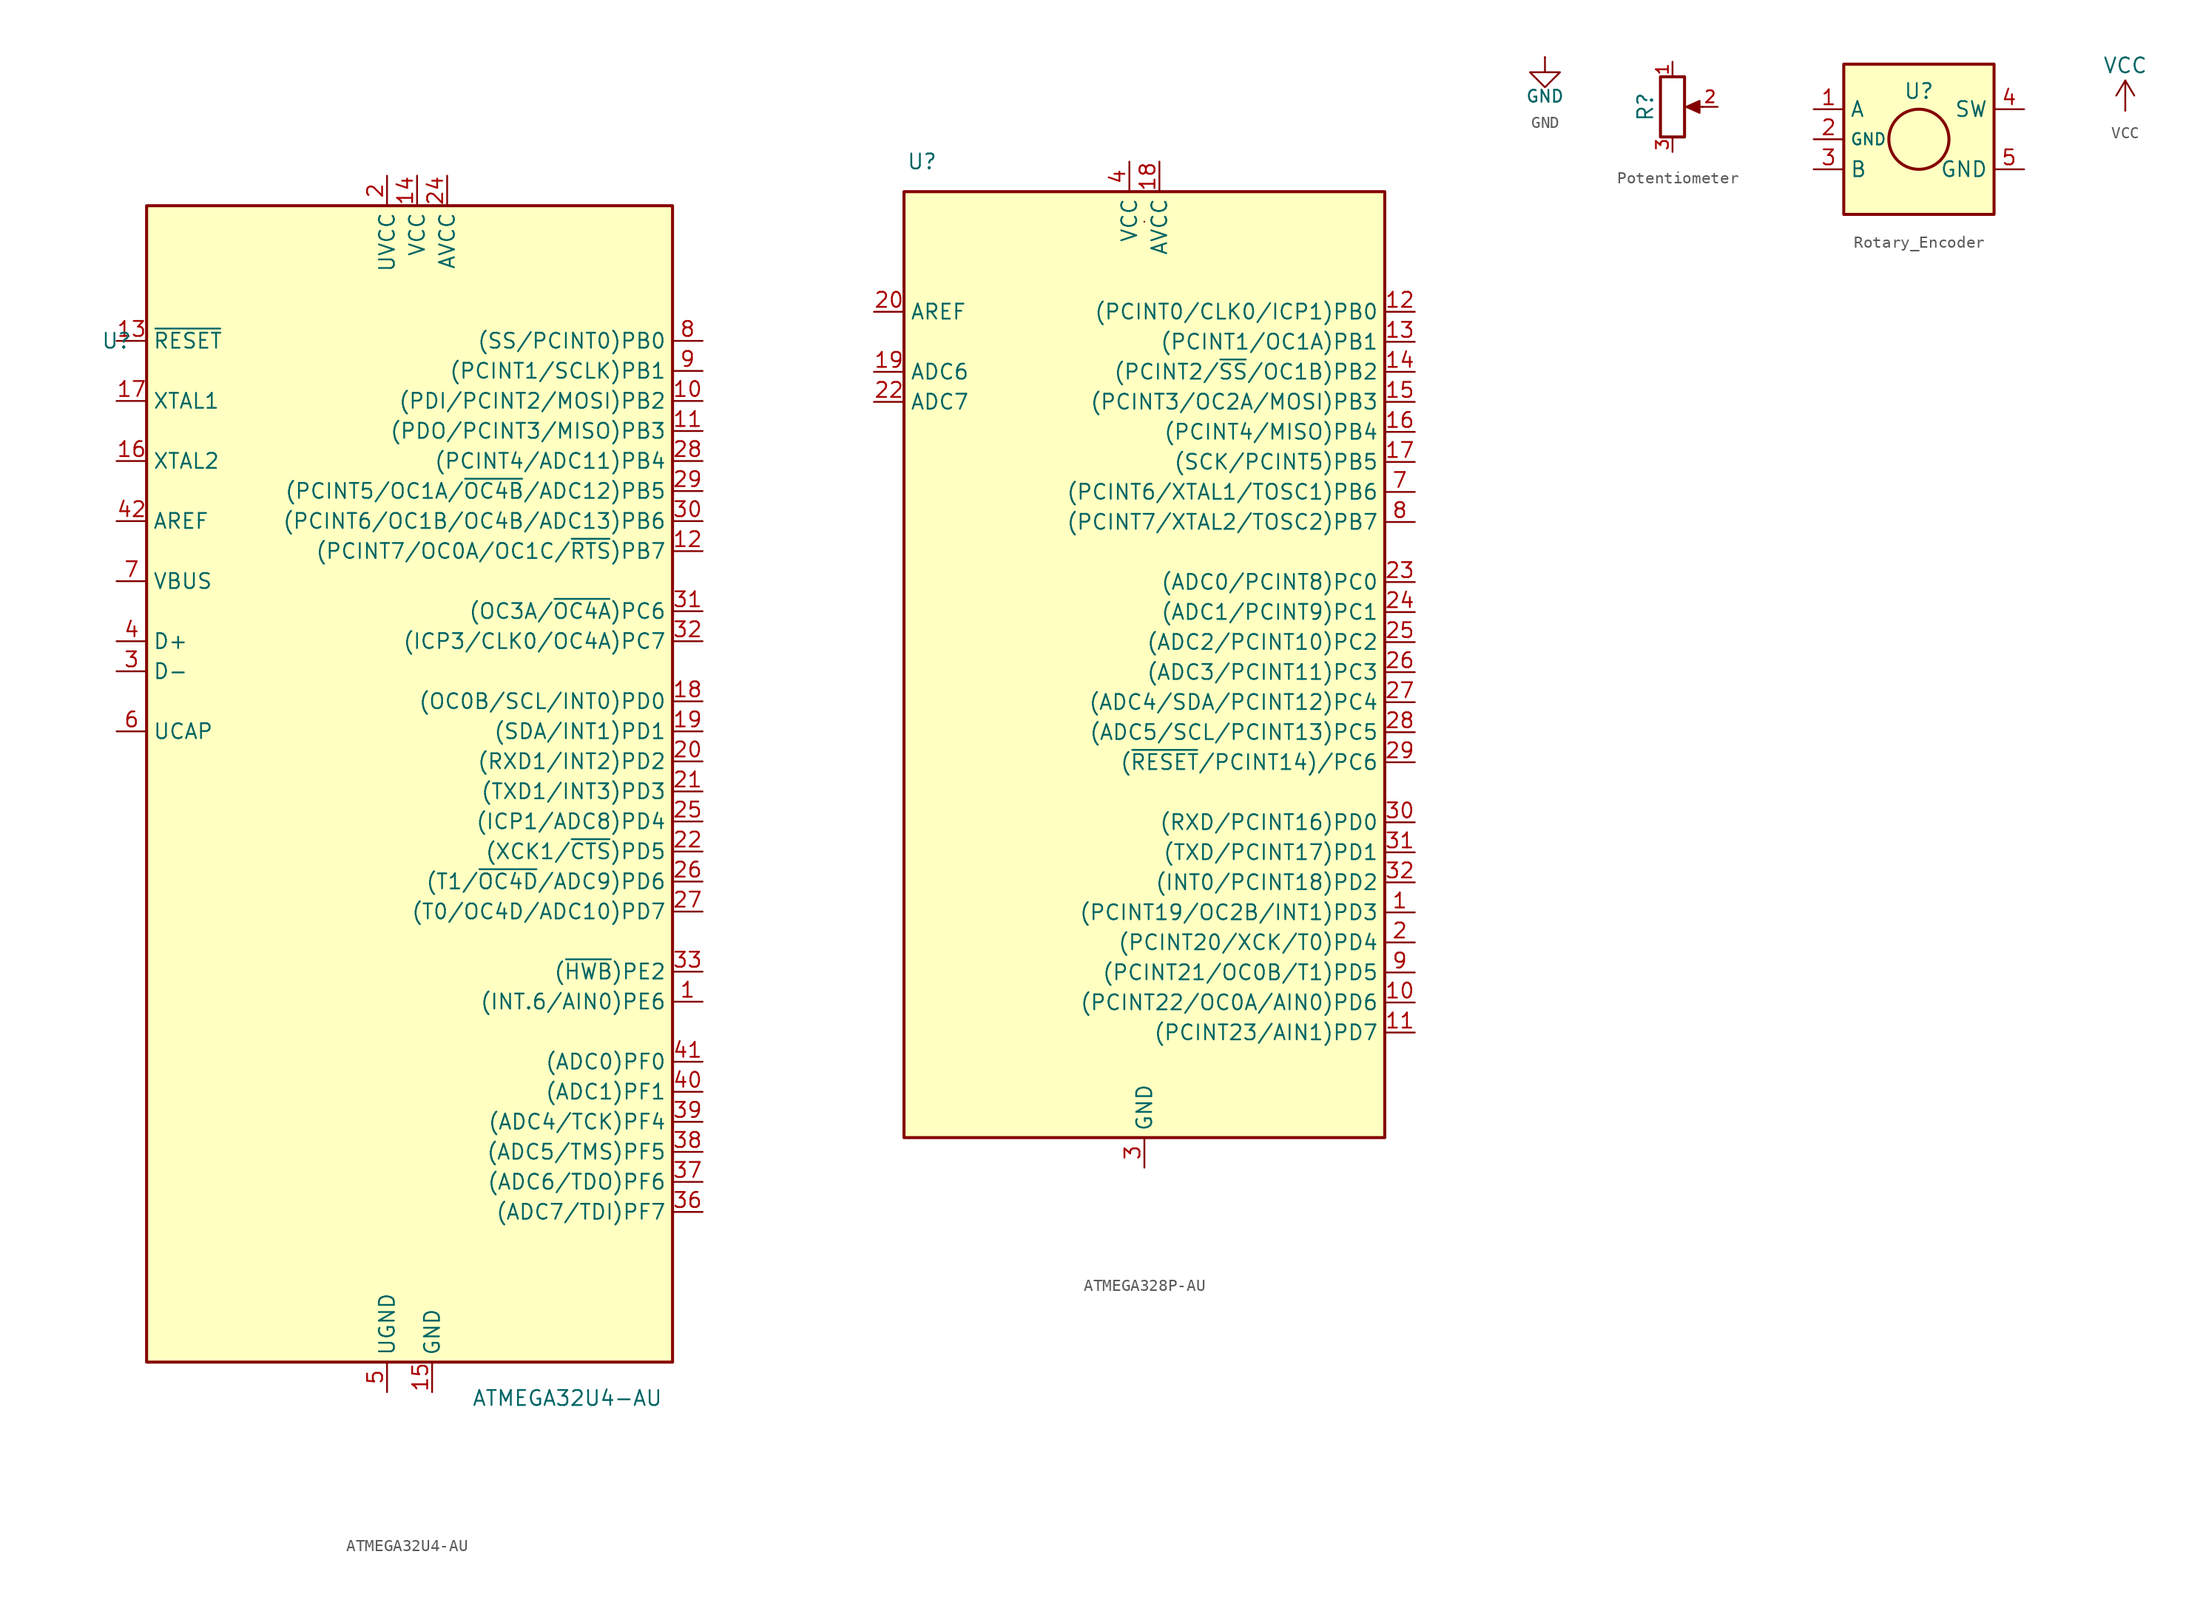
<source format=kicad_sym>
(kicad_symbol_lib
  (version 20241209)
  (generator "kicad_symbol_editor")
  (generator_version "9.0")
  (symbol "ATMEGA32U4-AU"
    (property "Reference" "U"
      (at -25.4 35.56 0)
      (effects (font (size 1.27 1.27))))
    (property "Value" "ATMEGA32U4-AU"
      (at 12.7 -53.848 0)
      (effects (font (size 1.27 1.27))))
    (symbol "ATMEGA32U4-AU_1_1"
      (rectangle (start -22.86 46.99) (end 21.59 -50.8) (stroke (width 0.254) (type solid)) (fill (type color) (color 255 255 194 1)))
      (pin input line (at -25.4 35.56 0) (length 2.54) (name "~{RESET}" (effects (font (size 1.27 1.27)))) (number "13" (effects (font (size 1.27 1.27)))))
      (pin input line (at -25.4 30.48 0) (length 2.54) (name "XTAL1" (effects (font (size 1.27 1.27)))) (number "17" (effects (font (size 1.27 1.27)))))
      (pin output line (at -25.4 25.4 0) (length 2.54) (name "XTAL2" (effects (font (size 1.27 1.27)))) (number "16" (effects (font (size 1.27 1.27)))))
      (pin passive line (at -25.4 20.32 0) (length 2.54) (name "AREF" (effects (font (size 1.27 1.27)))) (number "42" (effects (font (size 1.27 1.27)))))
      (pin input line (at -25.4 15.24 0) (length 2.54) (name "VBUS" (effects (font (size 1.27 1.27)))) (number "7" (effects (font (size 1.27 1.27)))))
      (pin bidirectional line (at -25.4 10.16 0) (length 2.54) (name "D+" (effects (font (size 1.27 1.27)))) (number "4" (effects (font (size 1.27 1.27)))))
      (pin bidirectional line (at -25.4 7.62 0) (length 2.54) (name "D-" (effects (font (size 1.27 1.27)))) (number "3" (effects (font (size 1.27 1.27)))))
      (pin passive line (at -25.4 2.54 0) (length 2.54) (name "UCAP" (effects (font (size 1.27 1.27)))) (number "6" (effects (font (size 1.27 1.27)))))
      (pin power_in line (at -2.54 49.53 270) (length 2.54) (name "UVCC" (effects (font (size 1.27 1.27)))) (number "2" (effects (font (size 1.27 1.27)))))
      (pin passive line (at -2.54 -53.34 90) (length 2.54) (name "UGND" (effects (font (size 1.27 1.27)))) (number "5" (effects (font (size 1.27 1.27)))))
      (pin power_in line (at 0 49.53 270) (length 2.54) (name "VCC" (effects (font (size 1.27 1.27)))) (number "14" (effects (font (size 1.27 1.27)))))
      (pin passive line (at 0 49.53 270) (length 2.54) (hide yes) (name "VCC" (effects (font (size 1.27 1.27)))) (number "34" (effects (font (size 1.27 1.27)))))
      (pin power_in line (at 1.27 -53.34 90) (length 2.54) (name "GND" (effects (font (size 1.27 1.27)))) (number "15" (effects (font (size 1.27 1.27)))))
      (pin power_in line (at 2.54 49.53 270) (length 2.54) (name "AVCC" (effects (font (size 1.27 1.27)))) (number "24" (effects (font (size 1.27 1.27)))))
      (pin passive line (at 2.54 49.53 270) (length 2.54) (hide yes) (name "AVCC" (effects (font (size 1.27 1.27)))) (number "44" (effects (font (size 1.27 1.27)))))
      (pin bidirectional line (at 24.13 35.56 180) (length 2.54) (name "(SS/PCINT0)PB0" (effects (font (size 1.27 1.27)))) (number "8" (effects (font (size 1.27 1.27)))))
      (pin bidirectional line (at 24.13 33.02 180) (length 2.54) (name "(PCINT1/SCLK)PB1" (effects (font (size 1.27 1.27)))) (number "9" (effects (font (size 1.27 1.27)))))
      (pin bidirectional line (at 24.13 30.48 180) (length 2.54) (name "(PDI/PCINT2/MOSI)PB2" (effects (font (size 1.27 1.27)))) (number "10" (effects (font (size 1.27 1.27)))))
      (pin bidirectional line (at 24.13 27.94 180) (length 2.54) (name "(PDO/PCINT3/MISO)PB3" (effects (font (size 1.27 1.27)))) (number "11" (effects (font (size 1.27 1.27)))))
      (pin bidirectional line (at 24.13 25.4 180) (length 2.54) (name "(PCINT4/ADC11)PB4" (effects (font (size 1.27 1.27)))) (number "28" (effects (font (size 1.27 1.27)))))
      (pin bidirectional line (at 24.13 22.86 180) (length 2.54) (name "(PCINT5/OC1A/~{OC4B}/ADC12)PB5" (effects (font (size 1.27 1.27)))) (number "29" (effects (font (size 1.27 1.27)))))
      (pin bidirectional line (at 24.13 20.32 180) (length 2.54) (name "(PCINT6/OC1B/OC4B/ADC13)PB6" (effects (font (size 1.27 1.27)))) (number "30" (effects (font (size 1.27 1.27)))))
      (pin bidirectional line (at 24.13 17.78 180) (length 2.54) (name "(PCINT7/OC0A/OC1C/~{RTS})PB7" (effects (font (size 1.27 1.27)))) (number "12" (effects (font (size 1.27 1.27)))))
      (pin bidirectional line (at 24.13 12.7 180) (length 2.54) (name "(OC3A/~{OC4A})PC6" (effects (font (size 1.27 1.27)))) (number "31" (effects (font (size 1.27 1.27)))))
      (pin bidirectional line (at 24.13 10.16 180) (length 2.54) (name "(ICP3/CLK0/OC4A)PC7" (effects (font (size 1.27 1.27)))) (number "32" (effects (font (size 1.27 1.27)))))
      (pin bidirectional line (at 24.13 5.08 180) (length 2.54) (name "(OC0B/SCL/INT0)PD0" (effects (font (size 1.27 1.27)))) (number "18" (effects (font (size 1.27 1.27)))))
      (pin bidirectional line (at 24.13 2.54 180) (length 2.54) (name "(SDA/INT1)PD1" (effects (font (size 1.27 1.27)))) (number "19" (effects (font (size 1.27 1.27)))))
      (pin bidirectional line (at 24.13 0 180) (length 2.54) (name "(RXD1/INT2)PD2" (effects (font (size 1.27 1.27)))) (number "20" (effects (font (size 1.27 1.27)))))
      (pin bidirectional line (at 24.13 -2.54 180) (length 2.54) (name "(TXD1/INT3)PD3" (effects (font (size 1.27 1.27)))) (number "21" (effects (font (size 1.27 1.27)))))
      (pin bidirectional line (at 24.13 -5.08 180) (length 2.54) (name "(ICP1/ADC8)PD4" (effects (font (size 1.27 1.27)))) (number "25" (effects (font (size 1.27 1.27)))))
      (pin bidirectional line (at 24.13 -7.62 180) (length 2.54) (name "(XCK1/~{CTS})PD5" (effects (font (size 1.27 1.27)))) (number "22" (effects (font (size 1.27 1.27)))))
      (pin bidirectional line (at 24.13 -10.16 180) (length 2.54) (name "(T1/~{OC4D}/ADC9)PD6" (effects (font (size 1.27 1.27)))) (number "26" (effects (font (size 1.27 1.27)))))
      (pin bidirectional line (at 24.13 -12.7 180) (length 2.54) (name "(T0/OC4D/ADC10)PD7" (effects (font (size 1.27 1.27)))) (number "27" (effects (font (size 1.27 1.27)))))
      (pin bidirectional line (at 24.13 -17.78 180) (length 2.54) (name "(~{HWB})PE2" (effects (font (size 1.27 1.27)))) (number "33" (effects (font (size 1.27 1.27)))))
      (pin bidirectional line (at 24.13 -20.32 180) (length 2.54) (name "(INT.6/AIN0)PE6" (effects (font (size 1.27 1.27)))) (number "1" (effects (font (size 1.27 1.27)))))
      (pin bidirectional line (at 24.13 -25.4 180) (length 2.54) (name "(ADC0)PF0" (effects (font (size 1.27 1.27)))) (number "41" (effects (font (size 1.27 1.27)))))
      (pin bidirectional line (at 24.13 -27.94 180) (length 2.54) (name "(ADC1)PF1" (effects (font (size 1.27 1.27)))) (number "40" (effects (font (size 1.27 1.27)))))
      (pin bidirectional line (at 24.13 -30.48 180) (length 2.54) (name "(ADC4/TCK)PF4" (effects (font (size 1.27 1.27)))) (number "39" (effects (font (size 1.27 1.27)))))
      (pin bidirectional line (at 24.13 -33.02 180) (length 2.54) (name "(ADC5/TMS)PF5" (effects (font (size 1.27 1.27)))) (number "38" (effects (font (size 1.27 1.27)))))
      (pin bidirectional line (at 24.13 -35.56 180) (length 2.54) (name "(ADC6/TDO)PF6" (effects (font (size 1.27 1.27)))) (number "37" (effects (font (size 1.27 1.27)))))
      (pin bidirectional line (at 24.13 -38.1 180) (length 2.54) (name "(ADC7/TDI)PF7" (effects (font (size 1.27 1.27)))) (number "36" (effects (font (size 1.27 1.27)))))))
  (symbol "ATMEGA328P-AU"
    (property "Reference" "U"
      (at -21.336 43.18 0)
      (effects (font (size 1.27 1.27))))
    (property "Value" ""
      (at 0 0 0)
      (effects (font (size 1.27 1.27))))
    (symbol "ATMEGA328P-AU_0_1"
      (polyline (pts (xy -2.54 38.1) (xy -2.54 38.1)) (stroke (width 0) (type default)) (fill (type none))))
    (symbol "ATMEGA328P-AU_1_1"
      (rectangle (start -22.86 40.64) (end 17.78 -39.37) (stroke (width 0.254) (type solid)) (fill (type color) (color 255 255 194 1)))
      (pin passive line (at -25.4 30.48 0) (length 2.54) (name "AREF" (effects (font (size 1.27 1.27)))) (number "20" (effects (font (size 1.27 1.27)))))
      (pin input line (at -25.4 25.4 0) (length 2.54) (name "ADC6" (effects (font (size 1.27 1.27)))) (number "19" (effects (font (size 1.27 1.27)))))
      (pin input line (at -25.4 22.86 0) (length 2.54) (name "ADC7" (effects (font (size 1.27 1.27)))) (number "22" (effects (font (size 1.27 1.27)))))
      (pin power_in line (at -3.81 43.18 270) (length 2.54) (name "VCC" (effects (font (size 1.27 1.27)))) (number "4" (effects (font (size 1.27 1.27)))))
      (pin power_in line (at -2.54 -41.91 90) (length 2.54) (name "GND" (effects (font (size 1.27 1.27)))) (number "3" (effects (font (size 1.27 1.27)))))
      (pin power_in line (at -1.27 43.18 270) (length 2.54) (name "AVCC" (effects (font (size 1.27 1.27)))) (number "18" (effects (font (size 1.27 1.27)))))
      (pin bidirectional line (at 20.32 30.48 180) (length 2.54) (name "(PCINT0/CLK0/ICP1)PB0" (effects (font (size 1.27 1.27)))) (number "12" (effects (font (size 1.27 1.27)))))
      (pin bidirectional line (at 20.32 27.94 180) (length 2.54) (name "(PCINT1/OC1A)PB1" (effects (font (size 1.27 1.27)))) (number "13" (effects (font (size 1.27 1.27)))))
      (pin bidirectional line (at 20.32 25.4 180) (length 2.54) (name "(PCINT2/~{SS}/OC1B)PB2" (effects (font (size 1.27 1.27)))) (number "14" (effects (font (size 1.27 1.27)))))
      (pin bidirectional line (at 20.32 22.86 180) (length 2.54) (name "(PCINT3/OC2A/MOSI)PB3" (effects (font (size 1.27 1.27)))) (number "15" (effects (font (size 1.27 1.27)))))
      (pin bidirectional line (at 20.32 20.32 180) (length 2.54) (name "(PCINT4/MISO)PB4" (effects (font (size 1.27 1.27)))) (number "16" (effects (font (size 1.27 1.27)))))
      (pin bidirectional line (at 20.32 17.78 180) (length 2.54) (name "(SCK/PCINT5)PB5" (effects (font (size 1.27 1.27)))) (number "17" (effects (font (size 1.27 1.27)))))
      (pin bidirectional line (at 20.32 15.24 180) (length 2.54) (name "(PCINT6/XTAL1/TOSC1)PB6" (effects (font (size 1.27 1.27)))) (number "7" (effects (font (size 1.27 1.27)))))
      (pin bidirectional line (at 20.32 12.7 180) (length 2.54) (name "(PCINT7/XTAL2/TOSC2)PB7" (effects (font (size 1.27 1.27)))) (number "8" (effects (font (size 1.27 1.27)))))
      (pin bidirectional line (at 20.32 7.62 180) (length 2.54) (name "(ADC0/PCINT8)PC0" (effects (font (size 1.27 1.27)))) (number "23" (effects (font (size 1.27 1.27)))))
      (pin bidirectional line (at 20.32 5.08 180) (length 2.54) (name "(ADC1/PCINT9)PC1" (effects (font (size 1.27 1.27)))) (number "24" (effects (font (size 1.27 1.27)))))
      (pin bidirectional line (at 20.32 2.54 180) (length 2.54) (name "(ADC2/PCINT10)PC2" (effects (font (size 1.27 1.27)))) (number "25" (effects (font (size 1.27 1.27)))))
      (pin bidirectional line (at 20.32 0 180) (length 2.54) (name "(ADC3/PCINT11)PC3" (effects (font (size 1.27 1.27)))) (number "26" (effects (font (size 1.27 1.27)))))
      (pin bidirectional line (at 20.32 -2.54 180) (length 2.54) (name "(ADC4/SDA/PCINT12)PC4" (effects (font (size 1.27 1.27)))) (number "27" (effects (font (size 1.27 1.27)))))
      (pin bidirectional line (at 20.32 -5.08 180) (length 2.54) (name "(ADC5/SCL/PCINT13)PC5" (effects (font (size 1.27 1.27)))) (number "28" (effects (font (size 1.27 1.27)))))
      (pin bidirectional line (at 20.32 -7.62 180) (length 2.54) (name "(~{RESET}/PCINT14)/PC6" (effects (font (size 1.27 1.27)))) (number "29" (effects (font (size 1.27 1.27)))))
      (pin bidirectional line (at 20.32 -12.7 180) (length 2.54) (name "(RXD/PCINT16)PD0" (effects (font (size 1.27 1.27)))) (number "30" (effects (font (size 1.27 1.27)))))
      (pin bidirectional line (at 20.32 -15.24 180) (length 2.54) (name "(TXD/PCINT17)PD1" (effects (font (size 1.27 1.27)))) (number "31" (effects (font (size 1.27 1.27)))))
      (pin bidirectional line (at 20.32 -17.78 180) (length 2.54) (name "(INT0/PCINT18)PD2" (effects (font (size 1.27 1.27)))) (number "32" (effects (font (size 1.27 1.27)))))
      (pin bidirectional line (at 20.32 -20.32 180) (length 2.54) (name "(PCINT19/OC2B/INT1)PD3" (effects (font (size 1.27 1.27)))) (number "1" (effects (font (size 1.27 1.27)))))
      (pin bidirectional line (at 20.32 -22.86 180) (length 2.54) (name "(PCINT20/XCK/T0)PD4" (effects (font (size 1.27 1.27)))) (number "2" (effects (font (size 1.27 1.27)))))
      (pin bidirectional line (at 20.32 -25.4 180) (length 2.54) (name "(PCINT21/OC0B/T1)PD5" (effects (font (size 1.27 1.27)))) (number "9" (effects (font (size 1.27 1.27)))))
      (pin bidirectional line (at 20.32 -27.94 180) (length 2.54) (name "(PCINT22/OC0A/AIN0)PD6" (effects (font (size 1.27 1.27)))) (number "10" (effects (font (size 1.27 1.27)))))
      (pin bidirectional line (at 20.32 -30.48 180) (length 2.54) (name "(PCINT23/AIN1)PD7" (effects (font (size 1.27 1.27)))) (number "11" (effects (font (size 1.27 1.27)))))))
  (symbol "GND"
    (power)
    (pin_numbers
      (hide yes))
    (pin_names
      (hide yes))
    (property "Reference" "#PWR"
      (at 0 0 0)
      (effects (font (size 1.27 1.27)) (hide yes)))
    (property "Value" "GND"
      (at 0 -3.302 0)
      (effects (font (size 1.016 1.016))))
    (symbol "GND_0_1"
      (polyline (pts (xy 0 0) (xy 0 -1.27) (xy 1.27 -1.27) (xy 0 -2.54) (xy -1.27 -1.27) (xy 0 -1.27)) (stroke (width 0) (type default)) (fill (type none))))
    (symbol "GND_1_1"
      (pin power_in line (at 0 0 270) (length 0) (name "~" (effects (font (size 1.27 1.27)))) (number "" (effects (font (size 1.27 1.27)))))))
  (symbol "Potentiometer"
    (property "Reference" "R"
      (at -2.286 0 90)
      (effects (font (size 1.27 1.27))))
    (property "Value" ""
      (at 0 0 0)
      (effects (font (size 1.27 1.27))))
    (symbol "Potentiometer_0_1"
      (rectangle (start 1.016 2.54) (end -1.016 -2.54) (stroke (width 0.254) (type default)) (fill (type none)))
      (polyline (pts (xy 1.143 0) (xy 2.286 0.508) (xy 2.286 -0.508) (xy 1.143 0)) (stroke (width 0) (type default)) (fill (type outline)))
      (polyline (pts (xy 2.54 0) (xy 1.524 0)) (stroke (width 0) (type default)) (fill (type none))))
    (symbol "Potentiometer_1_1"
      (pin passive line (at 0 3.81 270) (length 1.27) (name "" (effects (font (size 1.27 1.27)))) (number "1" (effects (font (size 1.016 1.016)))))
      (pin passive line (at 0 -3.81 90) (length 1.27) (name "" (effects (font (size 1.27 1.27)))) (number "3" (effects (font (size 1.016 1.016)))))
      (pin passive line (at 3.81 0 180) (length 1.27) (name "" (effects (font (size 1.27 1.27)))) (number "2" (effects (font (size 1.016 1.016)))))))
  (symbol "Rotary_Encoder"
    (property "Reference" "U"
      (at 0 4.064 0)
      (effects (font (size 1.27 1.27))))
    (symbol "Rotary_Encoder_0_1"
      (rectangle (start -6.35 6.35) (end 6.35 -6.35) (stroke (width 0.254) (type default)) (fill (type background)))
      (circle (center 0 0) (radius 2.54) (stroke (width 0.254) (type default)) (fill (type none))))
    (symbol "Rotary_Encoder_1_1"
      (pin passive line (at -8.89 2.54 0) (length 2.54) (name "A" (effects (font (size 1.27 1.27)))) (number "1" (effects (font (size 1.27 1.27)))))
      (pin passive line (at -8.89 0 0) (length 2.54) (name "GND" (effects (font (size 0.965 0.965)))) (number "2" (effects (font (size 1.27 1.27)))))
      (pin passive line (at -8.89 -2.54 0) (length 2.54) (name "B" (effects (font (size 1.27 1.27)))) (number "3" (effects (font (size 1.27 1.27)))))
      (pin passive line (at 8.89 2.54 180) (length 2.54) (name "SW" (effects (font (size 1.27 1.27)))) (number "4" (effects (font (size 1.27 1.27)))))
      (pin passive line (at 8.89 -2.54 180) (length 2.54) (name "GND" (effects (font (size 1.27 1.27)))) (number "5" (effects (font (size 1.27 1.27)))))))
  (symbol "VCC"
    (power)
    (pin_numbers
      (hide yes))
    (pin_names
      (hide yes))
    (property "Reference" "#PWR"
      (at 0 0 0)
      (effects (font (size 1.27 1.27)) (hide yes)))
    (property "Value" "VCC"
      (at 0 3.81 0)
      (effects (font (size 1.27 1.27))))
    (symbol "VCC_0_1"
      (polyline (pts (xy -0.762 1.27) (xy 0 2.54)) (stroke (width 0) (type default)) (fill (type none)))
      (polyline (pts (xy 0 2.54) (xy 0.762 1.27)) (stroke (width 0) (type default)) (fill (type none)))
      (polyline (pts (xy 0 0) (xy 0 2.54)) (stroke (width 0) (type default)) (fill (type none))))
    (symbol "VCC_1_1"
      (pin power_in line (at 0 0 90) (length 0) (name "~" (effects (font (size 1.27 1.27)))) (number "" (effects (font (size 1.27 1.27))))))))
</source>
